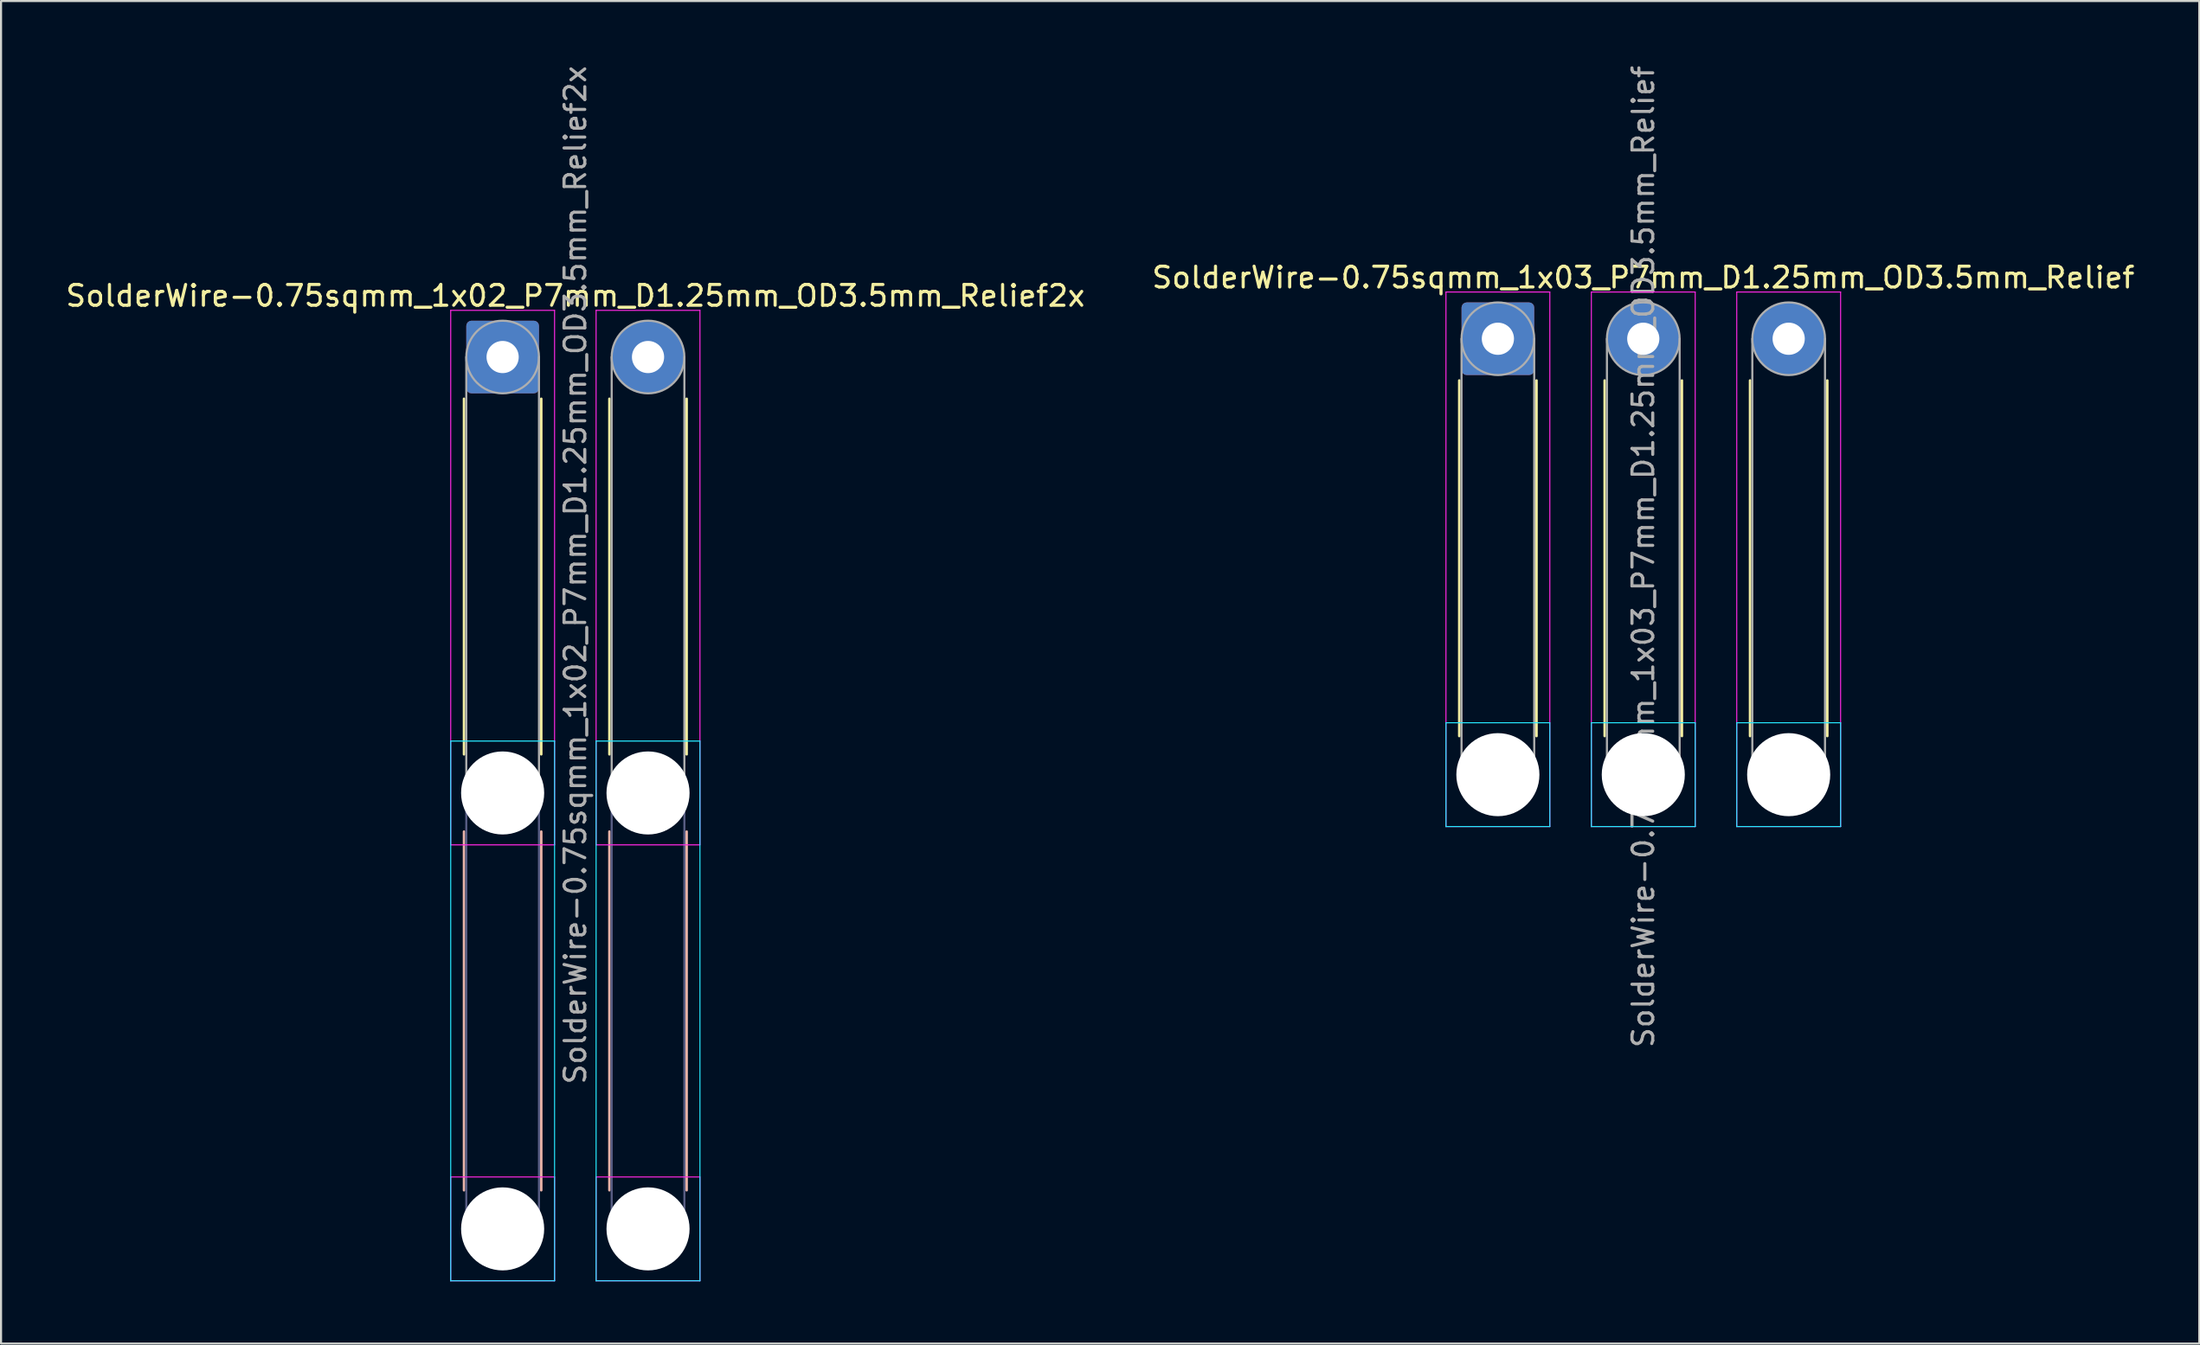
<source format=kicad_pcb>
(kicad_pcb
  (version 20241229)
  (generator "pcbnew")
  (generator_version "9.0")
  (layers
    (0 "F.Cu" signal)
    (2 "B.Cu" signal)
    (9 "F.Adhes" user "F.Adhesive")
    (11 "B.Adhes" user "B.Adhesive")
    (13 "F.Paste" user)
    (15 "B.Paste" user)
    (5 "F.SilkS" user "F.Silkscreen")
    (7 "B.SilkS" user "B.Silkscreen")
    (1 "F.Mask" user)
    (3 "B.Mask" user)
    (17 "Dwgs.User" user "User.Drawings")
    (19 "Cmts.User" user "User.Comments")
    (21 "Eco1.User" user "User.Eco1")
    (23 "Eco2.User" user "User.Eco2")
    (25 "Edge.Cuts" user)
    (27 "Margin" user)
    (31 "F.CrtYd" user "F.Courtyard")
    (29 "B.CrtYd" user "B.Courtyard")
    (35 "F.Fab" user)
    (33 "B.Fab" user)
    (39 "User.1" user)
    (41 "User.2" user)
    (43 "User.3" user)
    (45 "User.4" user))
  (footprint "SolderWire-0.75sqmm_1x02_P7mm_D1.25mm_OD3.5mm_Relief2x"
    (layer "F.Cu")
    (at 21.149 14.149)
    (property "Reference" "SolderWire-0.75sqmm_1x02_P7mm_D1.25mm_OD3.5mm_Relief2x" (at 3.5 -2.95 0) (layer "F.SilkS") (effects (font (size 1 1) (thickness 0.15))))
    (attr exclude_from_pos_files exclude_from_bom)
    (fp_line (start -1.86 2.01) (end -1.86 19.14) (stroke (width 0.12) (type solid)) (layer "F.SilkS"))
    (fp_line (start 1.86 2.01) (end 1.86 19.14) (stroke (width 0.12) (type solid)) (layer "F.SilkS"))
    (fp_line (start 5.14 2.01) (end 5.14 19.14) (stroke (width 0.12) (type solid)) (layer "F.SilkS"))
    (fp_line (start 8.86 2.01) (end 8.86 19.14) (stroke (width 0.12) (type solid)) (layer "F.SilkS"))
    (fp_line (start -1.86 22.86) (end -1.86 40.14) (stroke (width 0.12) (type solid)) (layer "B.SilkS"))
    (fp_line (start 1.86 22.86) (end 1.86 40.14) (stroke (width 0.12) (type solid)) (layer "B.SilkS"))
    (fp_line (start 5.14 22.86) (end 5.14 40.14) (stroke (width 0.12) (type solid)) (layer "B.SilkS"))
    (fp_line (start 8.86 22.86) (end 8.86 40.14) (stroke (width 0.12) (type solid)) (layer "B.SilkS"))
    (fp_line (start -2.5 18.5) (end -2.5 44.5) (stroke (width 0.05) (type solid)) (layer "B.CrtYd"))
    (fp_line (start -2.5 44.5) (end 2.5 44.5) (stroke (width 0.05) (type solid)) (layer "B.CrtYd"))
    (fp_line (start 2.5 18.5) (end -2.5 18.5) (stroke (width 0.05) (type solid)) (layer "B.CrtYd"))
    (fp_line (start 2.5 44.5) (end 2.5 18.5) (stroke (width 0.05) (type solid)) (layer "B.CrtYd"))
    (fp_line (start 4.5 18.5) (end 4.5 44.5) (stroke (width 0.05) (type solid)) (layer "B.CrtYd"))
    (fp_line (start 4.5 44.5) (end 9.5 44.5) (stroke (width 0.05) (type solid)) (layer "B.CrtYd"))
    (fp_line (start 9.5 18.5) (end 4.5 18.5) (stroke (width 0.05) (type solid)) (layer "B.CrtYd"))
    (fp_line (start 9.5 44.5) (end 9.5 18.5) (stroke (width 0.05) (type solid)) (layer "B.CrtYd"))
    (fp_line (start -2.5 -2.25) (end -2.5 23.5) (stroke (width 0.05) (type solid)) (layer "F.CrtYd"))
    (fp_line (start -2.5 23.5) (end 2.5 23.5) (stroke (width 0.05) (type solid)) (layer "F.CrtYd"))
    (fp_line (start -2.5 39.5) (end -2.5 44.5) (stroke (width 0.05) (type solid)) (layer "F.CrtYd"))
    (fp_line (start -2.5 44.5) (end 2.5 44.5) (stroke (width 0.05) (type solid)) (layer "F.CrtYd"))
    (fp_line (start 2.5 -2.25) (end -2.5 -2.25) (stroke (width 0.05) (type solid)) (layer "F.CrtYd"))
    (fp_line (start 2.5 23.5) (end 2.5 -2.25) (stroke (width 0.05) (type solid)) (layer "F.CrtYd"))
    (fp_line (start 2.5 39.5) (end -2.5 39.5) (stroke (width 0.05) (type solid)) (layer "F.CrtYd"))
    (fp_line (start 2.5 44.5) (end 2.5 39.5) (stroke (width 0.05) (type solid)) (layer "F.CrtYd"))
    (fp_line (start 4.5 -2.25) (end 4.5 23.5) (stroke (width 0.05) (type solid)) (layer "F.CrtYd"))
    (fp_line (start 4.5 23.5) (end 9.5 23.5) (stroke (width 0.05) (type solid)) (layer "F.CrtYd"))
    (fp_line (start 4.5 39.5) (end 4.5 44.5) (stroke (width 0.05) (type solid)) (layer "F.CrtYd"))
    (fp_line (start 4.5 44.5) (end 9.5 44.5) (stroke (width 0.05) (type solid)) (layer "F.CrtYd"))
    (fp_line (start 9.5 -2.25) (end 4.5 -2.25) (stroke (width 0.05) (type solid)) (layer "F.CrtYd"))
    (fp_line (start 9.5 23.5) (end 9.5 -2.25) (stroke (width 0.05) (type solid)) (layer "F.CrtYd"))
    (fp_line (start 9.5 39.5) (end 4.5 39.5) (stroke (width 0.05) (type solid)) (layer "F.CrtYd"))
    (fp_line (start 9.5 44.5) (end 9.5 39.5) (stroke (width 0.05) (type solid)) (layer "F.CrtYd"))
    (fp_line (start -1.75 21) (end -1.75 42) (stroke (width 0.1) (type solid)) (layer "B.Fab"))
    (fp_line (start 1.75 21) (end 1.75 42) (stroke (width 0.1) (type solid)) (layer "B.Fab"))
    (fp_line (start 5.25 21) (end 5.25 42) (stroke (width 0.1) (type solid)) (layer "B.Fab"))
    (fp_line (start 8.75 21) (end 8.75 42) (stroke (width 0.1) (type solid)) (layer "B.Fab"))
    (fp_circle (center 0 21) (end 1.75 21) (stroke (width 0.1) (type solid)) (fill no) (layer "B.Fab"))
    (fp_circle (center 0 42) (end 1.75 42) (stroke (width 0.1) (type solid)) (fill no) (layer "B.Fab"))
    (fp_circle (center 7 21) (end 8.75 21) (stroke (width 0.1) (type solid)) (fill no) (layer "B.Fab"))
    (fp_circle (center 7 42) (end 8.75 42) (stroke (width 0.1) (type solid)) (fill no) (layer "B.Fab"))
    (fp_line (start -1.75 0) (end -1.75 21) (stroke (width 0.1) (type solid)) (layer "F.Fab"))
    (fp_line (start 1.75 0) (end 1.75 21) (stroke (width 0.1) (type solid)) (layer "F.Fab"))
    (fp_line (start 5.25 0) (end 5.25 21) (stroke (width 0.1) (type solid)) (layer "F.Fab"))
    (fp_line (start 8.75 0) (end 8.75 21) (stroke (width 0.1) (type solid)) (layer "F.Fab"))
    (fp_circle (center 0 0) (end 1.75 0) (stroke (width 0.1) (type solid)) (fill no) (layer "F.Fab"))
    (fp_circle (center 0 21) (end 1.75 21) (stroke (width 0.1) (type solid)) (fill no) (layer "F.Fab"))
    (fp_circle (center 0 42) (end 1.75 42) (stroke (width 0.1) (type solid)) (fill no) (layer "F.Fab"))
    (fp_circle (center 7 0) (end 8.75 0) (stroke (width 0.1) (type solid)) (fill no) (layer "F.Fab"))
    (fp_circle (center 7 21) (end 8.75 21) (stroke (width 0.1) (type solid)) (fill no) (layer "F.Fab"))
    (fp_circle (center 7 42) (end 8.75 42) (stroke (width 0.1) (type solid)) (fill no) (layer "F.Fab"))
    (fp_text user "${REFERENCE}" (at 3.5 10.5 90) (layer "F.Fab") (effects (font (size 1 1) (thickness 0.15))))
    (pad "" np_thru_hole circle (at 0 21) (size 4 4) (drill 4) (layers "*.Cu" "*.Mask"))
    (pad "" np_thru_hole circle (at 0 42) (size 4 4) (drill 4) (layers "*.Cu" "*.Mask"))
    (pad "" np_thru_hole circle (at 7 21) (size 4 4) (drill 4) (layers "*.Cu" "*.Mask"))
    (pad "" np_thru_hole circle (at 7 42) (size 4 4) (drill 4) (layers "*.Cu" "*.Mask"))
    (pad "1" thru_hole roundrect (at 0 0) (size 3.5 3.5) (drill 1.55) (layers "*.Cu" "*.Mask") (roundrect_rratio 0.071))
    (pad "2" thru_hole circle (at 7 0) (size 3.5 3.5) (drill 1.55) (layers "*.Cu" "*.Mask")))
  (footprint "SolderWire-0.75sqmm_1x03_P7mm_D1.25mm_OD3.5mm_Relief"
    (layer "F.Cu")
    (at 69.065 13.268)
    (property "Reference" "SolderWire-0.75sqmm_1x03_P7mm_D1.25mm_OD3.5mm_Relief" (at 7 -2.95 0) (layer "F.SilkS") (effects (font (size 1 1) (thickness 0.15))))
    (attr exclude_from_pos_files exclude_from_bom)
    (fp_line (start -1.86 2.01) (end -1.86 19.14) (stroke (width 0.12) (type solid)) (layer "F.SilkS"))
    (fp_line (start 1.86 2.01) (end 1.86 19.14) (stroke (width 0.12) (type solid)) (layer "F.SilkS"))
    (fp_line (start 5.14 2.01) (end 5.14 19.14) (stroke (width 0.12) (type solid)) (layer "F.SilkS"))
    (fp_line (start 8.86 2.01) (end 8.86 19.14) (stroke (width 0.12) (type solid)) (layer "F.SilkS"))
    (fp_line (start 12.14 2.01) (end 12.14 19.14) (stroke (width 0.12) (type solid)) (layer "F.SilkS"))
    (fp_line (start 15.86 2.01) (end 15.86 19.14) (stroke (width 0.12) (type solid)) (layer "F.SilkS"))
    (fp_line (start -2.5 18.5) (end -2.5 23.5) (stroke (width 0.05) (type solid)) (layer "B.CrtYd"))
    (fp_line (start -2.5 23.5) (end 2.5 23.5) (stroke (width 0.05) (type solid)) (layer "B.CrtYd"))
    (fp_line (start 2.5 18.5) (end -2.5 18.5) (stroke (width 0.05) (type solid)) (layer "B.CrtYd"))
    (fp_line (start 2.5 23.5) (end 2.5 18.5) (stroke (width 0.05) (type solid)) (layer "B.CrtYd"))
    (fp_line (start 4.5 18.5) (end 4.5 23.5) (stroke (width 0.05) (type solid)) (layer "B.CrtYd"))
    (fp_line (start 4.5 23.5) (end 9.5 23.5) (stroke (width 0.05) (type solid)) (layer "B.CrtYd"))
    (fp_line (start 9.5 18.5) (end 4.5 18.5) (stroke (width 0.05) (type solid)) (layer "B.CrtYd"))
    (fp_line (start 9.5 23.5) (end 9.5 18.5) (stroke (width 0.05) (type solid)) (layer "B.CrtYd"))
    (fp_line (start 11.5 18.5) (end 11.5 23.5) (stroke (width 0.05) (type solid)) (layer "B.CrtYd"))
    (fp_line (start 11.5 23.5) (end 16.5 23.5) (stroke (width 0.05) (type solid)) (layer "B.CrtYd"))
    (fp_line (start 16.5 18.5) (end 11.5 18.5) (stroke (width 0.05) (type solid)) (layer "B.CrtYd"))
    (fp_line (start 16.5 23.5) (end 16.5 18.5) (stroke (width 0.05) (type solid)) (layer "B.CrtYd"))
    (fp_line (start -2.5 -2.25) (end -2.5 23.5) (stroke (width 0.05) (type solid)) (layer "F.CrtYd"))
    (fp_line (start -2.5 23.5) (end 2.5 23.5) (stroke (width 0.05) (type solid)) (layer "F.CrtYd"))
    (fp_line (start 2.5 -2.25) (end -2.5 -2.25) (stroke (width 0.05) (type solid)) (layer "F.CrtYd"))
    (fp_line (start 2.5 23.5) (end 2.5 -2.25) (stroke (width 0.05) (type solid)) (layer "F.CrtYd"))
    (fp_line (start 4.5 -2.25) (end 4.5 23.5) (stroke (width 0.05) (type solid)) (layer "F.CrtYd"))
    (fp_line (start 4.5 23.5) (end 9.5 23.5) (stroke (width 0.05) (type solid)) (layer "F.CrtYd"))
    (fp_line (start 9.5 -2.25) (end 4.5 -2.25) (stroke (width 0.05) (type solid)) (layer "F.CrtYd"))
    (fp_line (start 9.5 23.5) (end 9.5 -2.25) (stroke (width 0.05) (type solid)) (layer "F.CrtYd"))
    (fp_line (start 11.5 -2.25) (end 11.5 23.5) (stroke (width 0.05) (type solid)) (layer "F.CrtYd"))
    (fp_line (start 11.5 23.5) (end 16.5 23.5) (stroke (width 0.05) (type solid)) (layer "F.CrtYd"))
    (fp_line (start 16.5 -2.25) (end 11.5 -2.25) (stroke (width 0.05) (type solid)) (layer "F.CrtYd"))
    (fp_line (start 16.5 23.5) (end 16.5 -2.25) (stroke (width 0.05) (type solid)) (layer "F.CrtYd"))
    (fp_line (start -1.75 0) (end -1.75 21) (stroke (width 0.1) (type solid)) (layer "F.Fab"))
    (fp_line (start 1.75 0) (end 1.75 21) (stroke (width 0.1) (type solid)) (layer "F.Fab"))
    (fp_line (start 5.25 0) (end 5.25 21) (stroke (width 0.1) (type solid)) (layer "F.Fab"))
    (fp_line (start 8.75 0) (end 8.75 21) (stroke (width 0.1) (type solid)) (layer "F.Fab"))
    (fp_line (start 12.25 0) (end 12.25 21) (stroke (width 0.1) (type solid)) (layer "F.Fab"))
    (fp_line (start 15.75 0) (end 15.75 21) (stroke (width 0.1) (type solid)) (layer "F.Fab"))
    (fp_circle (center 0 0) (end 1.75 0) (stroke (width 0.1) (type solid)) (fill no) (layer "F.Fab"))
    (fp_circle (center 0 21) (end 1.75 21) (stroke (width 0.1) (type solid)) (fill no) (layer "F.Fab"))
    (fp_circle (center 7 0) (end 8.75 0) (stroke (width 0.1) (type solid)) (fill no) (layer "F.Fab"))
    (fp_circle (center 7 21) (end 8.75 21) (stroke (width 0.1) (type solid)) (fill no) (layer "F.Fab"))
    (fp_circle (center 14 0) (end 15.75 0) (stroke (width 0.1) (type solid)) (fill no) (layer "F.Fab"))
    (fp_circle (center 14 21) (end 15.75 21) (stroke (width 0.1) (type solid)) (fill no) (layer "F.Fab"))
    (fp_text user "${REFERENCE}" (at 7 10.5 90) (layer "F.Fab") (effects (font (size 1 1) (thickness 0.15))))
    (pad "" np_thru_hole circle (at 0 21) (size 4 4) (drill 4) (layers "*.Cu" "*.Mask"))
    (pad "" np_thru_hole circle (at 7 21) (size 4 4) (drill 4) (layers "*.Cu" "*.Mask"))
    (pad "" np_thru_hole circle (at 14 21) (size 4 4) (drill 4) (layers "*.Cu" "*.Mask"))
    (pad "1" thru_hole roundrect (at 0 0) (size 3.5 3.5) (drill 1.55) (layers "*.Cu" "*.Mask") (roundrect_rratio 0.071))
    (pad "2" thru_hole circle (at 7 0) (size 3.5 3.5) (drill 1.55) (layers "*.Cu" "*.Mask"))
    (pad "3" thru_hole circle (at 14 0) (size 3.5 3.5) (drill 1.55) (layers "*.Cu" "*.Mask")))
  (gr_rect
    (start -3 -3)
    (end 102.833 61.674)
    (stroke (width 0.1) (type default))
    (fill no)
    (layer "Edge.Cuts")))
</source>
